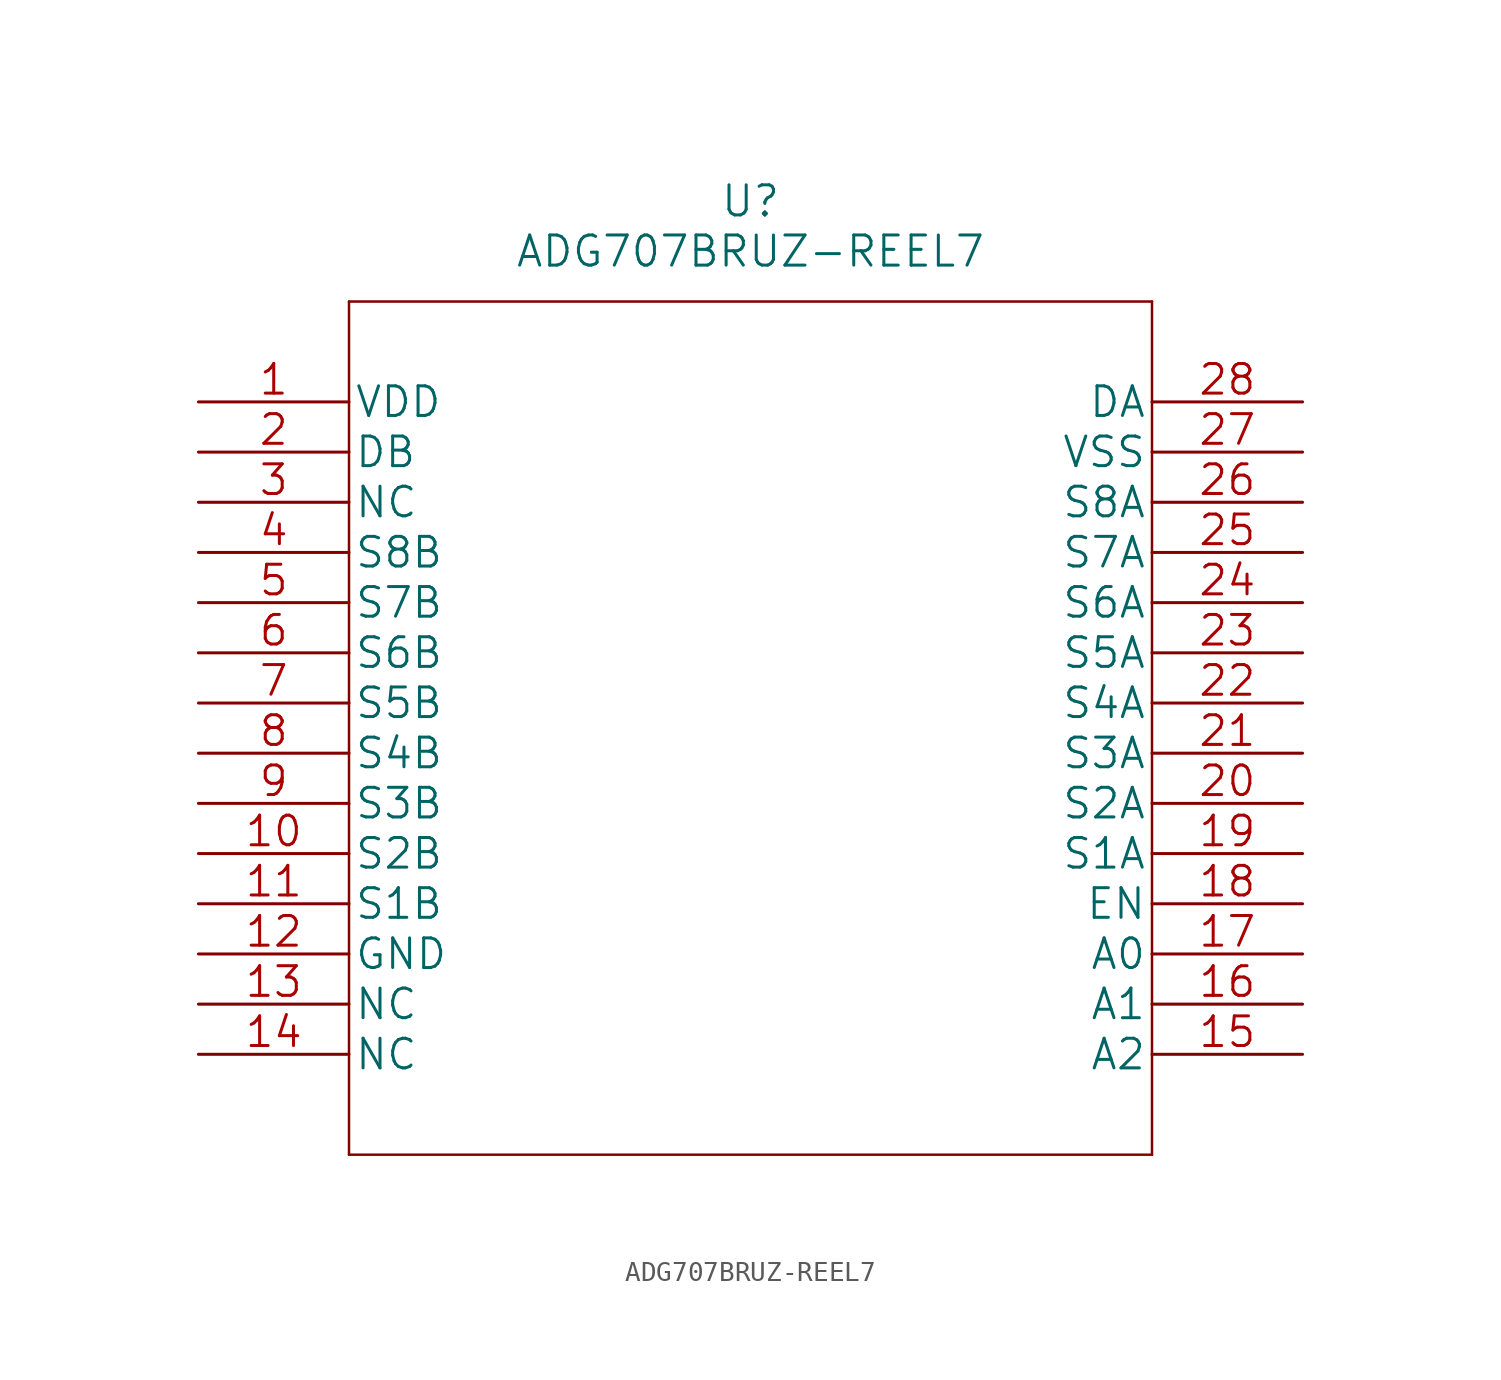
<source format=kicad_sym>
(kicad_symbol_lib
  (version 20211014)
  (generator kicad_symbol_editor)
  (symbol "ADG707BRUZ-REEL7"
    (pin_names
      (offset 0.254))
    (property "Reference" "U"
      (at 27.94 10.16 0)
      (effects (font (size 1.524 1.524))))
    (property "Value" "ADG707BRUZ-REEL7"
      (at 27.94 7.62 0)
      (effects (font (size 1.524 1.524))))
    (property "Datasheet" ""
      (at 0 0 0)
      (effects (font (size 1.524 1.524))))
    (property "ki_locked" ""
      (at 0 0 0)
      (effects (font (size 1.27 1.27))))
    (symbol "ADG707BRUZ-REEL7_1_1"
      (polyline (pts (xy 7.62 -38.1) (xy 48.26 -38.1)) (stroke (width 0.127) (type default) (color 0 0 0 0)) (fill (type none)))
      (polyline (pts (xy 7.62 5.08) (xy 7.62 -38.1)) (stroke (width 0.127) (type default) (color 0 0 0 0)) (fill (type none)))
      (polyline (pts (xy 48.26 -38.1) (xy 48.26 5.08)) (stroke (width 0.127) (type default) (color 0 0 0 0)) (fill (type none)))
      (polyline (pts (xy 48.26 5.08) (xy 7.62 5.08)) (stroke (width 0.127) (type default) (color 0 0 0 0)) (fill (type none)))
      (pin power_in line (at 0 0 0) (length 7.62) (name "VDD" (effects (font (size 1.499 1.499)))) (number "1" (effects (font (size 1.499 1.499)))))
      (pin unspecified line (at 0 -22.86 0) (length 7.62) (name "S2B" (effects (font (size 1.499 1.499)))) (number "10" (effects (font (size 1.499 1.499)))))
      (pin unspecified line (at 0 -25.4 0) (length 7.62) (name "S1B" (effects (font (size 1.499 1.499)))) (number "11" (effects (font (size 1.499 1.499)))))
      (pin unspecified line (at 0 -27.94 0) (length 7.62) (name "GND" (effects (font (size 1.499 1.499)))) (number "12" (effects (font (size 1.499 1.499)))))
      (pin unspecified line (at 0 -30.48 0) (length 7.62) (name "NC" (effects (font (size 1.499 1.499)))) (number "13" (effects (font (size 1.499 1.499)))))
      (pin unspecified line (at 0 -33.02 0) (length 7.62) (name "NC" (effects (font (size 1.499 1.499)))) (number "14" (effects (font (size 1.499 1.499)))))
      (pin unspecified line (at 55.88 -33.02 180) (length 7.62) (name "A2" (effects (font (size 1.499 1.499)))) (number "15" (effects (font (size 1.499 1.499)))))
      (pin unspecified line (at 55.88 -30.48 180) (length 7.62) (name "A1" (effects (font (size 1.499 1.499)))) (number "16" (effects (font (size 1.499 1.499)))))
      (pin unspecified line (at 55.88 -27.94 180) (length 7.62) (name "A0" (effects (font (size 1.499 1.499)))) (number "17" (effects (font (size 1.499 1.499)))))
      (pin unspecified line (at 55.88 -25.4 180) (length 7.62) (name "EN" (effects (font (size 1.499 1.499)))) (number "18" (effects (font (size 1.499 1.499)))))
      (pin unspecified line (at 55.88 -22.86 180) (length 7.62) (name "S1A" (effects (font (size 1.499 1.499)))) (number "19" (effects (font (size 1.499 1.499)))))
      (pin unspecified line (at 0 -2.54 0) (length 7.62) (name "DB" (effects (font (size 1.499 1.499)))) (number "2" (effects (font (size 1.499 1.499)))))
      (pin unspecified line (at 55.88 -20.32 180) (length 7.62) (name "S2A" (effects (font (size 1.499 1.499)))) (number "20" (effects (font (size 1.499 1.499)))))
      (pin unspecified line (at 55.88 -17.78 180) (length 7.62) (name "S3A" (effects (font (size 1.499 1.499)))) (number "21" (effects (font (size 1.499 1.499)))))
      (pin unspecified line (at 55.88 -15.24 180) (length 7.62) (name "S4A" (effects (font (size 1.499 1.499)))) (number "22" (effects (font (size 1.499 1.499)))))
      (pin unspecified line (at 55.88 -12.7 180) (length 7.62) (name "S5A" (effects (font (size 1.499 1.499)))) (number "23" (effects (font (size 1.499 1.499)))))
      (pin unspecified line (at 55.88 -10.16 180) (length 7.62) (name "S6A" (effects (font (size 1.499 1.499)))) (number "24" (effects (font (size 1.499 1.499)))))
      (pin unspecified line (at 55.88 -7.62 180) (length 7.62) (name "S7A" (effects (font (size 1.499 1.499)))) (number "25" (effects (font (size 1.499 1.499)))))
      (pin unspecified line (at 55.88 -5.08 180) (length 7.62) (name "S8A" (effects (font (size 1.499 1.499)))) (number "26" (effects (font (size 1.499 1.499)))))
      (pin power_in line (at 55.88 -2.54 180) (length 7.62) (name "VSS" (effects (font (size 1.499 1.499)))) (number "27" (effects (font (size 1.499 1.499)))))
      (pin unspecified line (at 55.88 0 180) (length 7.62) (name "DA" (effects (font (size 1.499 1.499)))) (number "28" (effects (font (size 1.499 1.499)))))
      (pin unspecified line (at 0 -5.08 0) (length 7.62) (name "NC" (effects (font (size 1.499 1.499)))) (number "3" (effects (font (size 1.499 1.499)))))
      (pin unspecified line (at 0 -7.62 0) (length 7.62) (name "S8B" (effects (font (size 1.499 1.499)))) (number "4" (effects (font (size 1.499 1.499)))))
      (pin unspecified line (at 0 -10.16 0) (length 7.62) (name "S7B" (effects (font (size 1.499 1.499)))) (number "5" (effects (font (size 1.499 1.499)))))
      (pin unspecified line (at 0 -12.7 0) (length 7.62) (name "S6B" (effects (font (size 1.499 1.499)))) (number "6" (effects (font (size 1.499 1.499)))))
      (pin unspecified line (at 0 -15.24 0) (length 7.62) (name "S5B" (effects (font (size 1.499 1.499)))) (number "7" (effects (font (size 1.499 1.499)))))
      (pin unspecified line (at 0 -17.78 0) (length 7.62) (name "S4B" (effects (font (size 1.499 1.499)))) (number "8" (effects (font (size 1.499 1.499)))))
      (pin unspecified line (at 0 -20.32 0) (length 7.62) (name "S3B" (effects (font (size 1.499 1.499)))) (number "9" (effects (font (size 1.499 1.499))))))))
</source>
